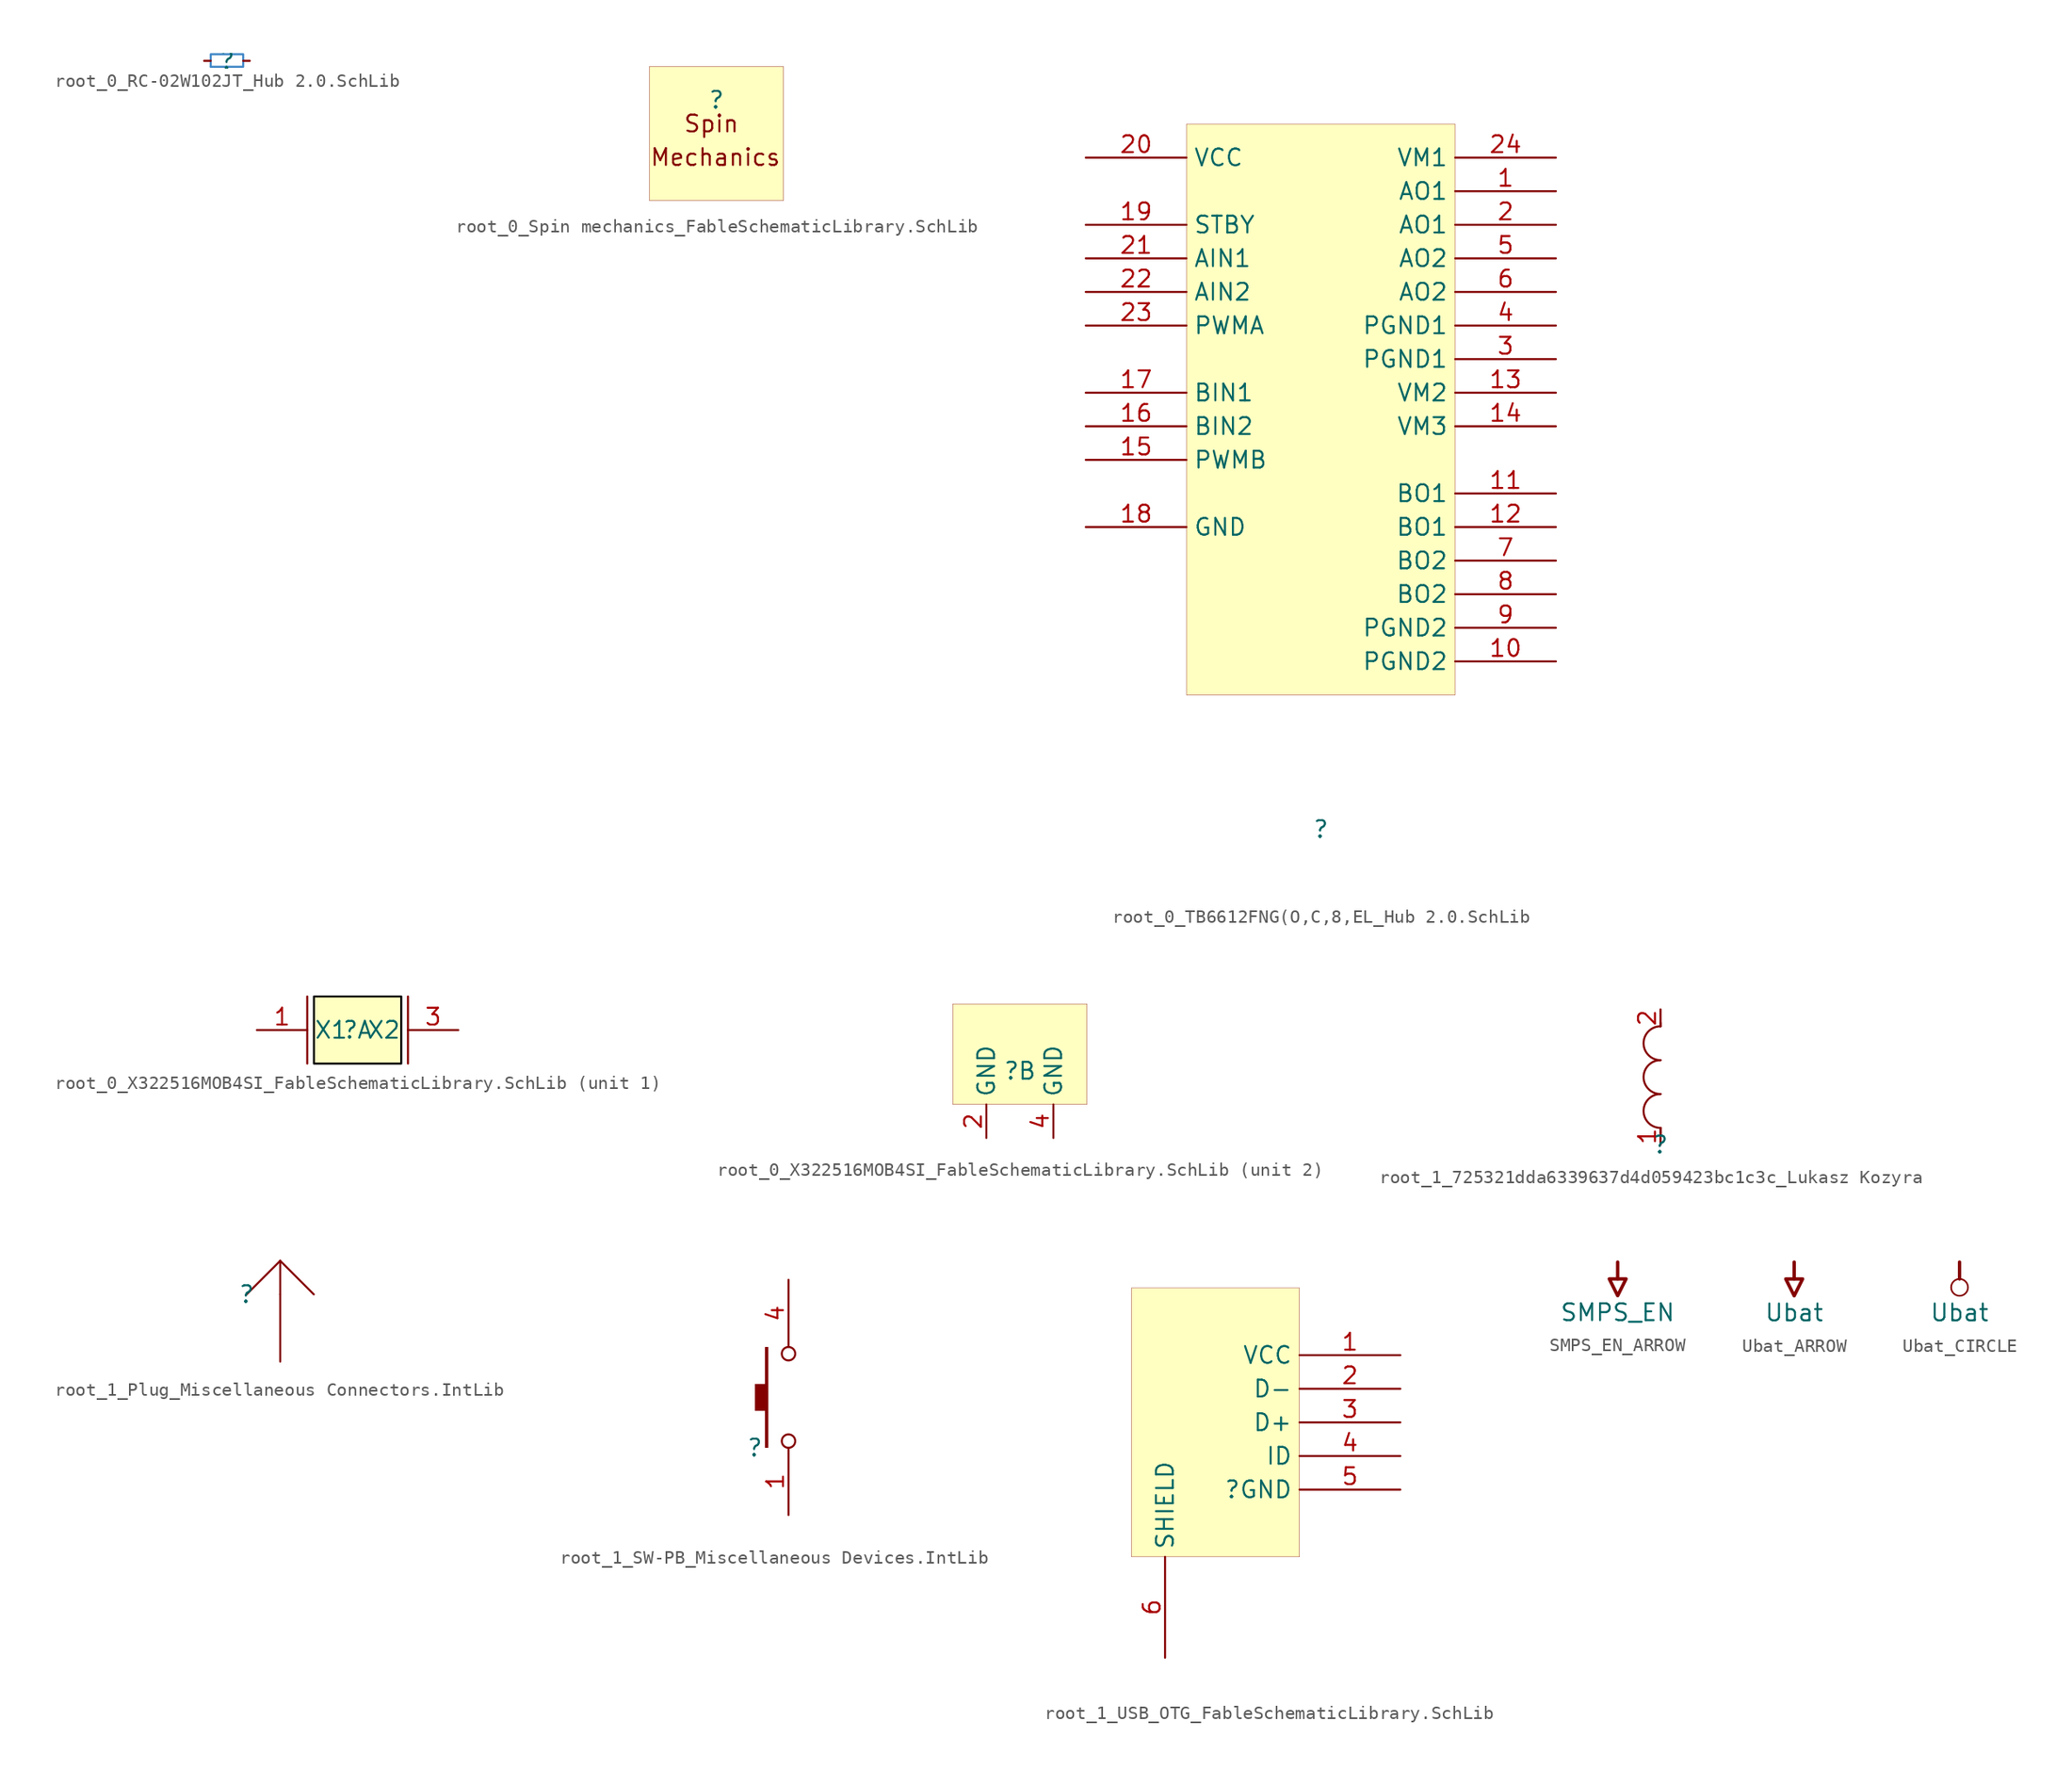
<source format=kicad_sym>
(kicad_symbol_lib
  (version 20241209)
  (generator "kicad_symbol_editor")
  (generator_version "9.0")
  (symbol "root_0_RC-02W102JT_Hub 2.0.SchLib"
    (pin_numbers
      (hide yes))
    (pin_names
      (hide yes))
    (property "Reference" ""
      (at 0 0 0)
      (effects (font (size 1.27 1.27))))
    (property "Value" ""
      (at 0 0 0)
      (effects (font (size 1.27 1.27))))
    (symbol "root_0_RC-02W102JT_Hub 2.0.SchLib_1_0"
      (polyline (pts (xy -1.25 -0.45) (xy 1.15 -0.45)) (stroke (width 0) (type solid) (color 61 133 198 1)) (fill (type none)))
      (polyline (pts (xy -1.25 -0.45) (xy -1.25 0.5) (xy 1.2 0.5) (xy 1.2 -0.45)) (stroke (width 0) (type solid) (color 61 133 198 1)) (fill (type none)))
      (pin passive line (at -1.75 0 0) (length 0.5) (name "1" (effects (font (size 1.27 1.27)))) (number "1" (effects (font (size 1.27 1.27)))))
      (pin passive line (at 1.7 0 180) (length 0.5) (name "2" (effects (font (size 1.27 1.27)))) (number "2" (effects (font (size 1.27 1.27)))))))
  (symbol "root_0_Spin mechanics_FableSchematicLibrary.SchLib"
    (pin_numbers
      (hide yes))
    (pin_names
      (hide yes))
    (property "Reference" ""
      (at 0 0 0)
      (effects (font (size 1.27 1.27))))
    (property "Value" ""
      (at 0 0 0)
      (effects (font (size 1.27 1.27))))
    (symbol "root_0_Spin mechanics_FableSchematicLibrary.SchLib_1_0"
      (rectangle (start 5.08 2.54) (end -5.08 -7.62) (stroke (width 0.025) (type solid) (color 128 0 0 1)) (fill (type background)))
      (text "Mechanics" (at -5.08 -5.08 0) (effects (font (size 1.27 1.27)) (justify left bottom)))
      (text "Spin" (at -2.54 -2.54 0) (effects (font (size 1.27 1.27)) (justify left bottom)))))
  (symbol "root_0_TB6612FNG(O,C,8,EL_Hub 2.0.SchLib"
    (property "Reference" ""
      (at 0 0 0)
      (effects (font (size 1.27 1.27))))
    (property "Value" ""
      (at 0 0 0)
      (effects (font (size 1.27 1.27))))
    (symbol "root_0_TB6612FNG(O,C,8,EL_Hub 2.0.SchLib_1_0"
      (rectangle (start 10.16 53.34) (end -10.16 10.16) (stroke (width 0.025) (type solid) (color 128 0 0 1)) (fill (type background)))
      (pin power_in line (at -17.78 50.8 0) (length 7.62) (name "VCC" (effects (font (size 1.27 1.27)))) (number "20" (effects (font (size 1.27 1.27)))))
      (pin input line (at -17.78 45.72 0) (length 7.62) (name "STBY" (effects (font (size 1.27 1.27)))) (number "19" (effects (font (size 1.27 1.27)))))
      (pin input line (at -17.78 43.18 0) (length 7.62) (name "AIN1" (effects (font (size 1.27 1.27)))) (number "21" (effects (font (size 1.27 1.27)))))
      (pin input line (at -17.78 40.64 0) (length 7.62) (name "AIN2" (effects (font (size 1.27 1.27)))) (number "22" (effects (font (size 1.27 1.27)))))
      (pin input line (at -17.78 38.1 0) (length 7.62) (name "PWMA" (effects (font (size 1.27 1.27)))) (number "23" (effects (font (size 1.27 1.27)))))
      (pin input line (at -17.78 33.02 0) (length 7.62) (name "BIN1" (effects (font (size 1.27 1.27)))) (number "17" (effects (font (size 1.27 1.27)))))
      (pin input line (at -17.78 30.48 0) (length 7.62) (name "BIN2" (effects (font (size 1.27 1.27)))) (number "16" (effects (font (size 1.27 1.27)))))
      (pin input line (at -17.78 27.94 0) (length 7.62) (name "PWMB" (effects (font (size 1.27 1.27)))) (number "15" (effects (font (size 1.27 1.27)))))
      (pin power_in line (at -17.78 22.86 0) (length 7.62) (name "GND" (effects (font (size 1.27 1.27)))) (number "18" (effects (font (size 1.27 1.27)))))
      (pin power_in line (at 17.78 50.8 180) (length 7.62) (name "VM1" (effects (font (size 1.27 1.27)))) (number "24" (effects (font (size 1.27 1.27)))))
      (pin output line (at 17.78 48.26 180) (length 7.62) (name "AO1" (effects (font (size 1.27 1.27)))) (number "1" (effects (font (size 1.27 1.27)))))
      (pin output line (at 17.78 45.72 180) (length 7.62) (name "AO1" (effects (font (size 1.27 1.27)))) (number "2" (effects (font (size 1.27 1.27)))))
      (pin output line (at 17.78 43.18 180) (length 7.62) (name "AO2" (effects (font (size 1.27 1.27)))) (number "5" (effects (font (size 1.27 1.27)))))
      (pin output line (at 17.78 40.64 180) (length 7.62) (name "AO2" (effects (font (size 1.27 1.27)))) (number "6" (effects (font (size 1.27 1.27)))))
      (pin power_in line (at 17.78 38.1 180) (length 7.62) (name "PGND1" (effects (font (size 1.27 1.27)))) (number "4" (effects (font (size 1.27 1.27)))))
      (pin power_in line (at 17.78 35.56 180) (length 7.62) (name "PGND1" (effects (font (size 1.27 1.27)))) (number "3" (effects (font (size 1.27 1.27)))))
      (pin power_in line (at 17.78 33.02 180) (length 7.62) (name "VM2" (effects (font (size 1.27 1.27)))) (number "13" (effects (font (size 1.27 1.27)))))
      (pin power_in line (at 17.78 30.48 180) (length 7.62) (name "VM3" (effects (font (size 1.27 1.27)))) (number "14" (effects (font (size 1.27 1.27)))))
      (pin output line (at 17.78 25.4 180) (length 7.62) (name "BO1" (effects (font (size 1.27 1.27)))) (number "11" (effects (font (size 1.27 1.27)))))
      (pin output line (at 17.78 22.86 180) (length 7.62) (name "BO1" (effects (font (size 1.27 1.27)))) (number "12" (effects (font (size 1.27 1.27)))))
      (pin output line (at 17.78 20.32 180) (length 7.62) (name "BO2" (effects (font (size 1.27 1.27)))) (number "7" (effects (font (size 1.27 1.27)))))
      (pin output line (at 17.78 17.78 180) (length 7.62) (name "BO2" (effects (font (size 1.27 1.27)))) (number "8" (effects (font (size 1.27 1.27)))))
      (pin power_in line (at 17.78 15.24 180) (length 7.62) (name "PGND2" (effects (font (size 1.27 1.27)))) (number "9" (effects (font (size 1.27 1.27)))))
      (pin power_in line (at 17.78 12.7 180) (length 7.62) (name "PGND2" (effects (font (size 1.27 1.27)))) (number "10" (effects (font (size 1.27 1.27)))))))
  (symbol "root_0_X322516MOB4SI_FableSchematicLibrary.SchLib"
    (property "Reference" ""
      (at 0 0 0)
      (effects (font (size 1.27 1.27))))
    (property "Value" ""
      (at 0 0 0)
      (effects (font (size 1.27 1.27))))
    (symbol "root_0_X322516MOB4SI_FableSchematicLibrary.SchLib_1_0"
      (polyline (pts (xy -3.81 2.54) (xy -3.81 -2.54)) (stroke (width 0) (type solid)) (fill (type none)))
      (rectangle (start 3.302 2.54) (end -3.302 -2.54) (stroke (width 0) (type solid) (color 0 0 0 1)) (fill (type background)))
      (polyline (pts (xy 3.81 2.54) (xy 3.81 -2.54)) (stroke (width 0) (type solid)) (fill (type none)))
      (pin passive line (at -7.62 0 0) (length 3.81) (name "X1" (effects (font (size 1.27 1.27)))) (number "1" (effects (font (size 1.27 1.27)))))
      (pin passive line (at 7.62 0 180) (length 3.81) (name "X2" (effects (font (size 1.27 1.27)))) (number "3" (effects (font (size 1.27 1.27))))))
    (symbol "root_0_X322516MOB4SI_FableSchematicLibrary.SchLib_2_0"
      (rectangle (start 5.08 5.08) (end -5.08 -2.54) (stroke (width 0.025) (type solid) (color 128 0 0 1)) (fill (type background)))
      (pin power_in line (at -2.54 -5.08 90) (length 2.54) (name "GND" (effects (font (size 1.27 1.27)))) (number "2" (effects (font (size 1.27 1.27)))))
      (pin power_in line (at 2.54 -5.08 90) (length 2.54) (name "GND" (effects (font (size 1.27 1.27)))) (number "4" (effects (font (size 1.27 1.27)))))))
  (symbol "root_1_725321dda6339637d4d059423bc1c3c_Lukasz Kozyra"
    (pin_names
      (hide yes))
    (property "Reference" ""
      (at 0 0 0)
      (effects (font (size 1.27 1.27))))
    (property "Value" ""
      (at 0 0 0)
      (effects (font (size 1.27 1.27))))
    (symbol "root_1_725321dda6339637d4d059423bc1c3c_Lukasz Kozyra_1_0"
      (polyline (pts (xy 0 8.89) (xy 0 9.144)) (stroke (width 0) (type solid)) (fill (type none)))
      (arc (start 0 6.35) (mid -1.27 7.62) (end 0 8.89) (stroke (width 0) (type solid)) (fill (type none)))
      (arc (start 0 3.81) (mid -1.27 5.08) (end 0 6.35) (stroke (width 0) (type solid)) (fill (type none)))
      (arc (start 0 1.27) (mid -1.27 2.54) (end 0 3.81) (stroke (width 0) (type solid)) (fill (type none)))
      (polyline (pts (xy 0 1.27) (xy 0 0.762)) (stroke (width 0) (type solid)) (fill (type none)))
      (pin passive line (at 0 10.16 270) (length 1.27) (name "2" (effects (font (size 1.27 1.27)))) (number "2" (effects (font (size 1.27 1.27)))))
      (pin passive line (at 0 0 90) (length 1.27) (name "1" (effects (font (size 1.27 1.27)))) (number "1" (effects (font (size 1.27 1.27)))))))
  (symbol "root_1_Plug_Miscellaneous Connectors.IntLib"
    (pin_numbers
      (hide yes))
    (pin_names
      (hide yes))
    (property "Reference" ""
      (at 0 0 0)
      (effects (font (size 1.27 1.27))))
    (property "Value" ""
      (at 0 0 0)
      (effects (font (size 1.27 1.27))))
    (symbol "root_1_Plug_Miscellaneous Connectors.IntLib_1_0"
      (polyline (pts (xy 0 0) (xy 2.54 2.54)) (stroke (width 0) (type solid)) (fill (type none)))
      (polyline (pts (xy 2.54 2.54) (xy 5.08 0)) (stroke (width 0) (type solid)) (fill (type none)))
      (polyline (pts (xy 2.54 0) (xy 2.54 2.54)) (stroke (width 0) (type solid)) (fill (type none)))
      (pin passive line (at 2.54 -5.08 90) (length 5.08) (name "1" (effects (font (size 1.27 1.27)))) (number "1" (effects (font (size 1.27 1.27)))))))
  (symbol "root_1_SW-PB_Miscellaneous Devices.IntLib"
    (pin_names
      (hide yes))
    (property "Reference" ""
      (at 0 0 0)
      (effects (font (size 1.27 1.27))))
    (property "Value" ""
      (at 0 0 0)
      (effects (font (size 1.27 1.27))))
    (symbol "root_1_SW-PB_Miscellaneous Devices.IntLib_1_0"
      (polyline (pts (xy 0.762 0) (xy 1.016 0) (xy 1.016 7.62) (xy 0.762 7.62) (xy 0.762 4.826) (xy 0 4.826) (xy 0 2.794) (xy 0.762 2.794) (xy 0.762 0)) (stroke (width -0.0001) (type solid)) (fill (type outline)))
      (circle (center 2.54 7.112) (radius 0.508) (stroke (width 0) (type solid)) (fill (type none)))
      (circle (center 2.54 0.508) (radius 0.508) (stroke (width 0) (type solid)) (fill (type none)))
      (pin passive line (at 2.54 12.7 270) (length 5.08) (name "4" (effects (font (size 1.27 1.27)))) (number "4" (effects (font (size 1.27 1.27)))))
      (pin passive line (at 2.54 -5.08 90) (length 5.08) (name "1" (effects (font (size 1.27 1.27)))) (number "1" (effects (font (size 1.27 1.27)))))))
  (symbol "root_1_USB_OTG_FableSchematicLibrary.SchLib"
    (property "Reference" ""
      (at 0 0 0)
      (effects (font (size 1.27 1.27))))
    (property "Value" ""
      (at 0 0 0)
      (effects (font (size 1.27 1.27))))
    (symbol "root_1_USB_OTG_FableSchematicLibrary.SchLib_1_0"
      (rectangle (start 5.08 15.24) (end -7.62 -5.08) (stroke (width 0.025) (type solid) (color 128 0 0 1)) (fill (type background)))
      (pin passive line (at -5.08 -12.7 90) (length 7.62) (name "SHIELD" (effects (font (size 1.27 1.27)))) (number "6" (effects (font (size 1.27 1.27)))))
      (pin power_in line (at 12.7 10.16 180) (length 7.62) (name "VCC" (effects (font (size 1.27 1.27)))) (number "1" (effects (font (size 1.27 1.27)))))
      (pin input line (at 12.7 7.62 180) (length 7.62) (name "D-" (effects (font (size 1.27 1.27)))) (number "2" (effects (font (size 1.27 1.27)))))
      (pin input line (at 12.7 5.08 180) (length 7.62) (name "D+" (effects (font (size 1.27 1.27)))) (number "3" (effects (font (size 1.27 1.27)))))
      (pin passive line (at 12.7 2.54 180) (length 7.62) (name "ID" (effects (font (size 1.27 1.27)))) (number "4" (effects (font (size 1.27 1.27)))))
      (pin power_in line (at 12.7 0 180) (length 7.62) (name "GND" (effects (font (size 1.27 1.27)))) (number "5" (effects (font (size 1.27 1.27)))))))
  (symbol "SMPS_EN_ARROW"
    (power)
    (property "Reference" "#PWR"
      (at 0 0 0)
      (effects (font (size 1.27 1.27)) (hide yes)))
    (property "Value" "SMPS_EN"
      (at 0 -3.81 0)
      (effects (font (size 1.27 1.27))))
    (symbol "SMPS_EN_ARROW_0_0"
      (polyline (pts (xy -0.635 -1.27) (xy 0.635 -1.27) (xy 0 -2.54) (xy -0.635 -1.27)) (stroke (width 0.254) (type solid)) (fill (type none)))
      (polyline (pts (xy 0 0) (xy 0 -1.27)) (stroke (width 0.254) (type solid)) (fill (type none)))
      (pin power_in line (at 0 0 0) (length 0) (hide yes) (name "SMPS_EN" (effects (font (size 1.27 1.27)))) (number "" (effects (font (size 1.27 1.27)))))))
  (symbol "Ubat_ARROW"
    (power)
    (property "Reference" "#PWR"
      (at 0 0 0)
      (effects (font (size 1.27 1.27)) (hide yes)))
    (property "Value" "Ubat"
      (at 0 -3.81 0)
      (effects (font (size 1.27 1.27))))
    (symbol "Ubat_ARROW_0_0"
      (polyline (pts (xy -0.635 -1.27) (xy 0.635 -1.27) (xy 0 -2.54) (xy -0.635 -1.27)) (stroke (width 0.254) (type solid)) (fill (type none)))
      (polyline (pts (xy 0 0) (xy 0 -1.27)) (stroke (width 0.254) (type solid)) (fill (type none)))
      (pin power_in line (at 0 0 0) (length 0) (hide yes) (name "Ubat" (effects (font (size 1.27 1.27)))) (number "" (effects (font (size 1.27 1.27)))))))
  (symbol "Ubat_CIRCLE"
    (power)
    (property "Reference" "#PWR"
      (at 0 0 0)
      (effects (font (size 1.27 1.27)) (hide yes)))
    (property "Value" "Ubat"
      (at 0 -3.81 0)
      (effects (font (size 1.27 1.27))))
    (symbol "Ubat_CIRCLE_0_0"
      (polyline (pts (xy 0 0) (xy 0 -1.27)) (stroke (width 0.254) (type solid)) (fill (type none)))
      (circle (center 0 -1.905) (radius 0.635) (stroke (width 0.127) (type solid)) (fill (type none)))
      (pin power_in line (at 0 0 0) (length 0) (hide yes) (name "Ubat" (effects (font (size 1.27 1.27)))) (number "" (effects (font (size 1.27 1.27))))))))
</source>
